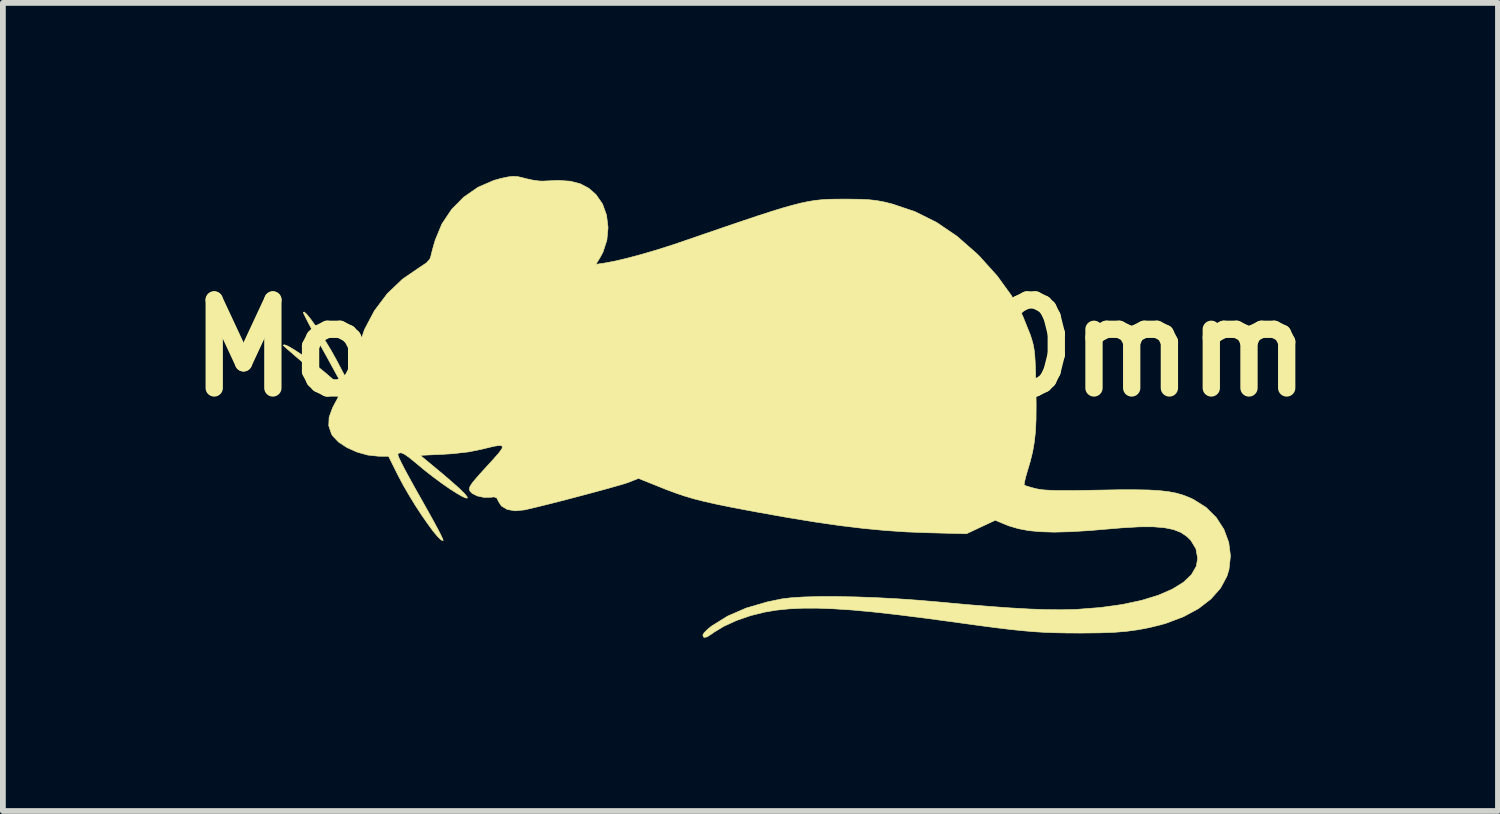
<source format=kicad_pcb>
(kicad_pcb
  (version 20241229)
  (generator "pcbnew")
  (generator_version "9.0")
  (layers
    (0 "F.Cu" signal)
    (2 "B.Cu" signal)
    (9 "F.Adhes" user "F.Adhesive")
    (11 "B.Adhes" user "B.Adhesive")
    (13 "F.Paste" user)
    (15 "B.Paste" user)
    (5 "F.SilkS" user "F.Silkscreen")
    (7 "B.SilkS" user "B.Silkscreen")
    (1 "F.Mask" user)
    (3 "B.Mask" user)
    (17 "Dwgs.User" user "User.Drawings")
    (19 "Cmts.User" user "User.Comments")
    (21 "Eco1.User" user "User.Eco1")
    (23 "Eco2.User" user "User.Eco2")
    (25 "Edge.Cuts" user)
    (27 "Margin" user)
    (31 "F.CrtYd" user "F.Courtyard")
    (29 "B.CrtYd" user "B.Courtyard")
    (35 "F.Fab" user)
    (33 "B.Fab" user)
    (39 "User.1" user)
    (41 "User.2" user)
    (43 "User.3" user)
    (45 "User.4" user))
  (footprint "Mouse_20x20mm"
    (layer "F.Cu")
    (at 9.95 2.981)
    (property "Reference" "Mouse_20x20mm" (at 0 0 0) (layer "F.SilkS") (effects (font (size 1.524 1.524) (thickness 0.3))))
    (attr through_hole)
    (fp_poly (pts (xy -4.024 -2.97) (xy -3.924 -2.946) (xy -3.895 -2.938) (xy -3.772 -2.911) (xy -3.654 -2.895) (xy -3.588 -2.894) (xy -3.33 -2.906) (xy -3.12 -2.892) (xy -2.947 -2.847) (xy -2.802 -2.771) (xy -2.677 -2.662) (xy -2.563 -2.499) (xy -2.493 -2.304) (xy -2.467 -2.09) (xy -2.487 -1.872) (xy -2.554 -1.665) (xy -2.604 -1.571) (xy -2.678 -1.452) (xy -2.521 -1.475) (xy -2.351 -1.507) (xy -2.135 -1.558) (xy -1.888 -1.624) (xy -1.622 -1.702) (xy -1.351 -1.788) (xy -1.206 -1.837) (xy -0.794 -1.979) (xy -0.435 -2.102) (xy -0.126 -2.207) (xy 0.139 -2.296) (xy 0.366 -2.369) (xy 0.561 -2.429) (xy 0.728 -2.476) (xy 0.873 -2.513) (xy 1.002 -2.54) (xy 1.12 -2.559) (xy 1.232 -2.571) (xy 1.344 -2.578) (xy 1.462 -2.581) (xy 1.59 -2.582) (xy 1.683 -2.582) (xy 1.885 -2.579) (xy 2.044 -2.572) (xy 2.177 -2.558) (xy 2.303 -2.535) (xy 2.443 -2.501) (xy 2.451 -2.499) (xy 2.85 -2.365) (xy 3.224 -2.179) (xy 3.58 -1.937) (xy 3.923 -1.636) (xy 3.973 -1.586) (xy 4.276 -1.249) (xy 4.521 -0.911) (xy 4.714 -0.563) (xy 4.845 -0.238) (xy 4.874 -0.15) (xy 4.896 -0.07) (xy 4.912 0.013) (xy 4.924 0.11) (xy 4.932 0.232) (xy 4.938 0.391) (xy 4.943 0.597) (xy 4.946 0.697) (xy 4.949 0.994) (xy 4.947 1.24) (xy 4.937 1.447) (xy 4.917 1.628) (xy 4.888 1.796) (xy 4.847 1.962) (xy 4.804 2.106) (xy 4.77 2.223) (xy 4.748 2.315) (xy 4.741 2.367) (xy 4.743 2.372) (xy 4.78 2.388) (xy 4.861 2.412) (xy 4.944 2.434) (xy 5.012 2.447) (xy 5.098 2.457) (xy 5.209 2.463) (xy 5.352 2.467) (xy 5.535 2.467) (xy 5.766 2.464) (xy 6.053 2.459) (xy 6.064 2.459) (xy 6.394 2.453) (xy 6.669 2.453) (xy 6.896 2.457) (xy 7.084 2.468) (xy 7.241 2.486) (xy 7.375 2.511) (xy 7.493 2.545) (xy 7.605 2.589) (xy 7.674 2.621) (xy 7.893 2.759) (xy 8.07 2.935) (xy 8.202 3.14) (xy 8.285 3.364) (xy 8.315 3.599) (xy 8.289 3.837) (xy 8.253 3.953) (xy 8.143 4.157) (xy 7.977 4.345) (xy 7.761 4.512) (xy 7.499 4.653) (xy 7.199 4.766) (xy 7.112 4.791) (xy 6.909 4.841) (xy 6.714 4.878) (xy 6.515 4.905) (xy 6.297 4.923) (xy 6.046 4.932) (xy 5.748 4.935) (xy 5.699 4.935) (xy 5.481 4.934) (xy 5.283 4.93) (xy 5.097 4.923) (xy 4.912 4.912) (xy 4.718 4.895) (xy 4.504 4.873) (xy 4.262 4.844) (xy 3.98 4.807) (xy 3.65 4.762) (xy 3.521 4.744) (xy 3.001 4.674) (xy 2.539 4.616) (xy 2.127 4.57) (xy 1.763 4.536) (xy 1.439 4.515) (xy 1.15 4.504) (xy 0.892 4.505) (xy 0.658 4.517) (xy 0.444 4.539) (xy 0.249 4.572) (xy 0.003 4.633) (xy -0.24 4.717) (xy -0.461 4.818) (xy -0.639 4.926) (xy -0.656 4.939) (xy -0.75 5.001) (xy -0.806 5.012) (xy -0.825 4.974) (xy -0.826 4.972) (xy -0.802 4.93) (xy -0.739 4.868) (xy -0.671 4.813) (xy -0.396 4.642) (xy -0.078 4.504) (xy 0.287 4.397) (xy 0.54 4.344) (xy 0.706 4.324) (xy 0.927 4.31) (xy 1.194 4.303) (xy 1.496 4.303) (xy 1.827 4.309) (xy 2.176 4.322) (xy 2.536 4.341) (xy 2.897 4.366) (xy 3.215 4.393) (xy 3.701 4.438) (xy 4.129 4.473) (xy 4.505 4.5) (xy 4.835 4.519) (xy 5.124 4.529) (xy 5.378 4.532) (xy 5.602 4.527) (xy 5.652 4.525) (xy 6.063 4.493) (xy 6.438 4.441) (xy 6.772 4.37) (xy 7.063 4.281) (xy 7.306 4.176) (xy 7.5 4.056) (xy 7.64 3.923) (xy 7.723 3.778) (xy 7.747 3.642) (xy 7.717 3.476) (xy 7.628 3.329) (xy 7.556 3.259) (xy 7.454 3.191) (xy 7.328 3.142) (xy 7.17 3.11) (xy 6.974 3.094) (xy 6.734 3.095) (xy 6.442 3.112) (xy 6.238 3.129) (xy 5.86 3.161) (xy 5.536 3.18) (xy 5.26 3.187) (xy 5.024 3.18) (xy 4.821 3.161) (xy 4.642 3.127) (xy 4.481 3.08) (xy 4.383 3.041) (xy 4.241 2.981) (xy 3.991 3.098) (xy 3.742 3.215) (xy 3.054 3.197) (xy 2.695 3.183) (xy 2.331 3.158) (xy 1.953 3.122) (xy 1.553 3.074) (xy 1.122 3.012) (xy 0.65 2.935) (xy 0.129 2.842) (xy -0.064 2.806) (xy -0.358 2.75) (xy -0.602 2.7) (xy -0.806 2.654) (xy -0.983 2.609) (xy -1.144 2.561) (xy -1.3 2.508) (xy -1.464 2.447) (xy -1.548 2.413) (xy -1.94 2.256) (xy -2.105 2.322) (xy -2.176 2.346) (xy -2.299 2.382) (xy -2.462 2.428) (xy -2.655 2.481) (xy -2.868 2.538) (xy -3.09 2.597) (xy -3.31 2.654) (xy -3.519 2.707) (xy -3.706 2.753) (xy -3.859 2.789) (xy -3.915 2.802) (xy -4.077 2.818) (xy -4.214 2.794) (xy -4.315 2.733) (xy -4.361 2.662) (xy -4.394 2.596) (xy -4.441 2.577) (xy -4.499 2.583) (xy -4.617 2.585) (xy -4.732 2.56) (xy -4.822 2.515) (xy -4.858 2.477) (xy -4.868 2.449) (xy -4.867 2.419) (xy -4.848 2.378) (xy -4.807 2.32) (xy -4.738 2.238) (xy -4.637 2.125) (xy -4.499 1.974) (xy -4.465 1.937) (xy -4.363 1.822) (xy -4.306 1.744) (xy -4.296 1.699) (xy -4.337 1.685) (xy -4.432 1.697) (xy -4.583 1.733) (xy -4.643 1.748) (xy -4.875 1.796) (xy -5.155 1.828) (xy -5.313 1.838) (xy -5.72 1.857) (xy -5.456 2.076) (xy -5.326 2.184) (xy -5.196 2.296) (xy -5.084 2.394) (xy -5.038 2.436) (xy -4.95 2.523) (xy -4.907 2.577) (xy -4.906 2.598) (xy -4.942 2.592) (xy -5.008 2.56) (xy -5.1 2.506) (xy -5.214 2.433) (xy -5.343 2.343) (xy -5.483 2.24) (xy -5.629 2.127) (xy -5.775 2.006) (xy -5.788 1.995) (xy -5.91 1.895) (xy -5.995 1.836) (xy -6.054 1.812) (xy -6.095 1.821) (xy -6.106 1.83) (xy -6.107 1.85) (xy -6.091 1.895) (xy -6.055 1.971) (xy -5.999 2.081) (xy -5.919 2.229) (xy -5.813 2.421) (xy -5.678 2.66) (xy -5.572 2.849) (xy -5.486 3.004) (xy -5.413 3.139) (xy -5.359 3.245) (xy -5.328 3.313) (xy -5.323 3.333) (xy -5.356 3.324) (xy -5.415 3.268) (xy -5.495 3.173) (xy -5.589 3.045) (xy -5.694 2.894) (xy -5.803 2.728) (xy -5.91 2.553) (xy -6.012 2.378) (xy -6.101 2.21) (xy -6.118 2.177) (xy -6.269 1.873) (xy -6.444 1.872) (xy -6.629 1.852) (xy -6.816 1.8) (xy -6.99 1.722) (xy -7.136 1.626) (xy -7.238 1.519) (xy -7.258 1.486) (xy -7.305 1.345) (xy -7.299 1.198) (xy -7.239 1.033) (xy -7.208 0.974) (xy -7.157 0.88) (xy -7.124 0.811) (xy -7.116 0.782) (xy -7.16 0.747) (xy -7.24 0.682) (xy -7.346 0.593) (xy -7.47 0.489) (xy -7.602 0.376) (xy -7.735 0.264) (xy -7.859 0.158) (xy -7.965 0.066) (xy -8.045 -0.003) (xy -8.09 -0.044) (xy -8.096 -0.05) (xy -8.073 -0.059) (xy -8.009 -0.034) (xy -7.913 0.022) (xy -7.792 0.101) (xy -7.655 0.198) (xy -7.51 0.309) (xy -7.365 0.426) (xy -7.31 0.473) (xy -7.205 0.564) (xy -7.12 0.635) (xy -7.065 0.678) (xy -7.049 0.688) (xy -7.063 0.657) (xy -7.104 0.579) (xy -7.168 0.462) (xy -7.249 0.313) (xy -7.344 0.14) (xy -7.398 0.043) (xy -7.498 -0.139) (xy -7.587 -0.304) (xy -7.66 -0.442) (xy -7.713 -0.546) (xy -7.742 -0.607) (xy -7.746 -0.619) (xy -7.73 -0.627) (xy -7.687 -0.587) (xy -7.623 -0.509) (xy -7.544 -0.4) (xy -7.454 -0.268) (xy -7.361 -0.121) (xy -7.268 0.033) (xy -7.182 0.187) (xy -7.156 0.235) (xy -6.992 0.548) (xy -6.923 0.394) (xy -6.878 0.276) (xy -6.832 0.132) (xy -6.804 0.032) (xy -6.687 -0.321) (xy -6.514 -0.648) (xy -6.292 -0.943) (xy -6.026 -1.197) (xy -5.723 -1.404) (xy -5.613 -1.477) (xy -5.554 -1.543) (xy -5.539 -1.583) (xy -5.521 -1.657) (xy -5.492 -1.766) (xy -5.46 -1.874) (xy -5.345 -2.152) (xy -5.178 -2.402) (xy -4.967 -2.616) (xy -4.72 -2.787) (xy -4.445 -2.906) (xy -4.32 -2.941) (xy -4.196 -2.967) (xy -4.106 -2.976) (xy -4.024 -2.97)) (stroke (width 0.01) (type solid)) (fill yes) (layer "F.SilkS")))
  (gr_rect
    (start -3 -3)
    (end 22.899 10.999)
    (stroke (width 0.1) (type default))
    (fill no)
    (layer "Edge.Cuts")))
</source>
